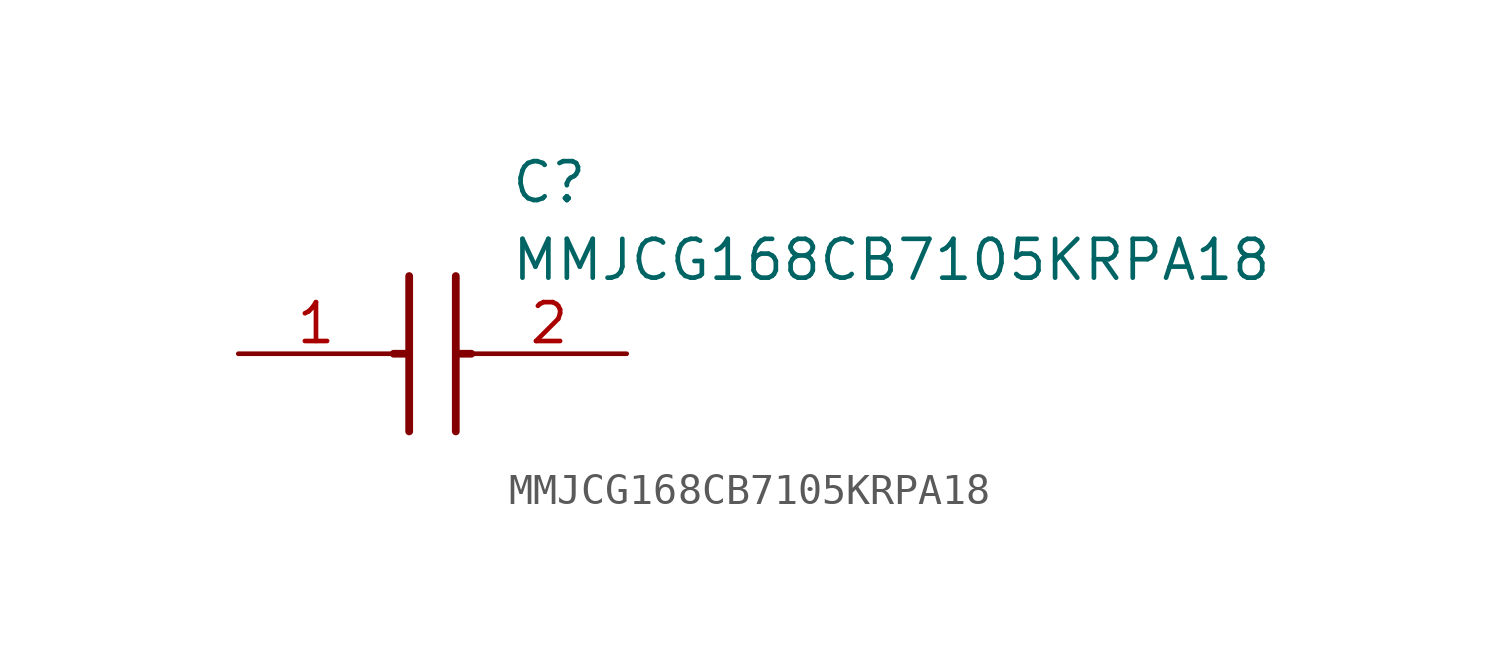
<source format=kicad_sym>
(kicad_symbol_lib
  (version 20211014)
  (generator SamacSys_ECAD_Model)
  (symbol "MMJCG168CB7105KRPA18"
    (pin_names hide)
    (property "Reference" "C"
      (at 8.89 6.35 0)
      (effects (font (size 1.27 1.27)) (justify left top)))
    (property "Value" "MMJCG168CB7105KRPA18"
      (at 8.89 3.81 0)
      (effects (font (size 1.27 1.27)) (justify left top)))
    (polyline
      (pts (xy 5.588 2.54) (xy 5.588 -2.54))
      (stroke (width 0.254) (type default))
      (fill (type none)))
    (polyline
      (pts (xy 7.112 2.54) (xy 7.112 -2.54))
      (stroke (width 0.254) (type default))
      (fill (type none)))
    (polyline
      (pts (xy 5.08 0) (xy 5.588 0))
      (stroke (width 0.254) (type default))
      (fill (type none)))
    (polyline
      (pts (xy 7.112 0) (xy 7.62 0))
      (stroke (width 0.254) (type default))
      (fill (type none)))
    (pin passive line
      (at 0 0 0)
      (length 5.08)
      (name "1" (effects (font (size 1.27 1.27))))
      (number "1" (effects (font (size 1.27 1.27)))))
    (pin passive line
      (at 12.7 0 180)
      (length 5.08)
      (name "2" (effects (font (size 1.27 1.27))))
      (number "2" (effects (font (size 1.27 1.27)))))))
</source>
